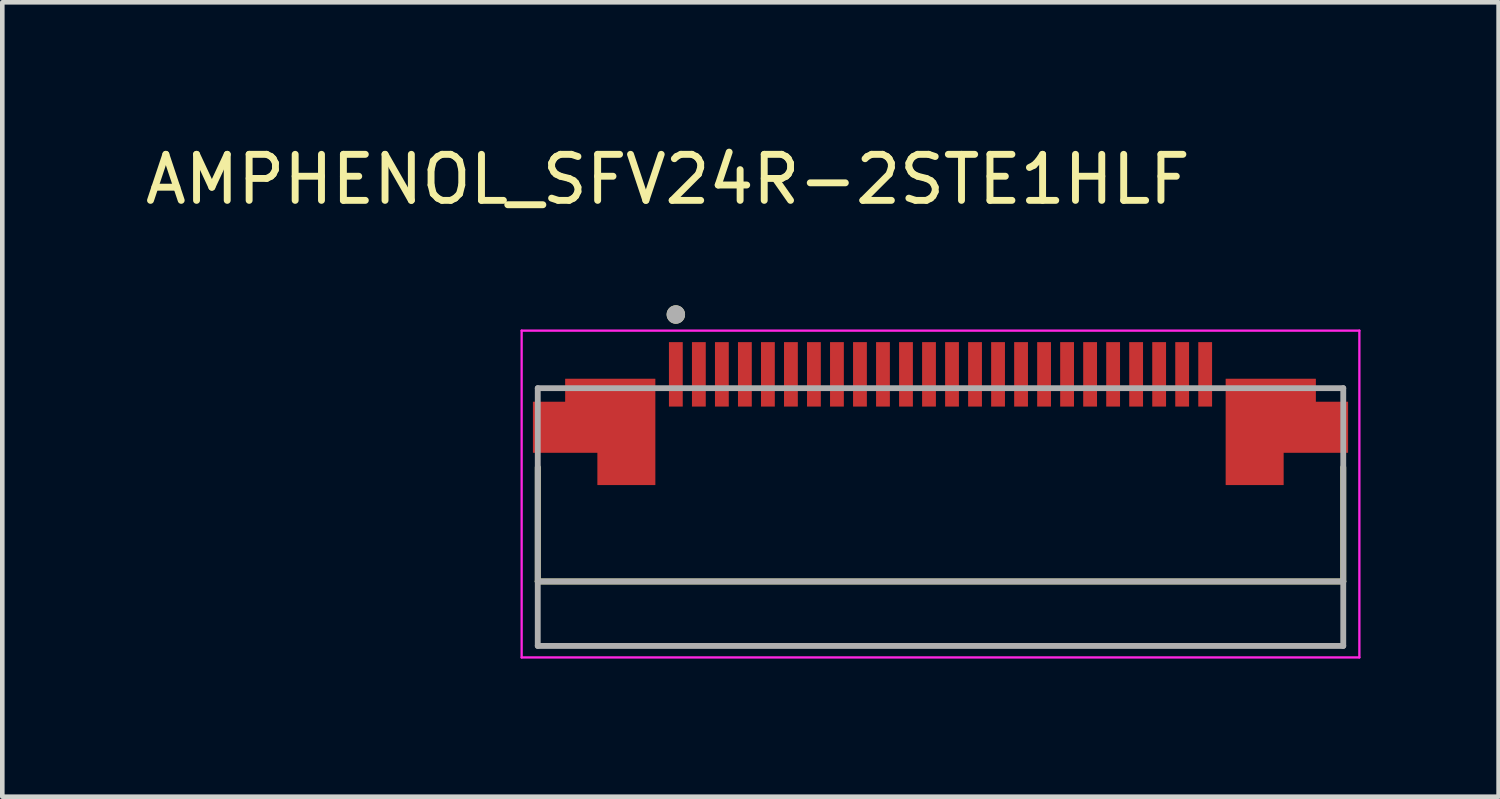
<source format=kicad_pcb>
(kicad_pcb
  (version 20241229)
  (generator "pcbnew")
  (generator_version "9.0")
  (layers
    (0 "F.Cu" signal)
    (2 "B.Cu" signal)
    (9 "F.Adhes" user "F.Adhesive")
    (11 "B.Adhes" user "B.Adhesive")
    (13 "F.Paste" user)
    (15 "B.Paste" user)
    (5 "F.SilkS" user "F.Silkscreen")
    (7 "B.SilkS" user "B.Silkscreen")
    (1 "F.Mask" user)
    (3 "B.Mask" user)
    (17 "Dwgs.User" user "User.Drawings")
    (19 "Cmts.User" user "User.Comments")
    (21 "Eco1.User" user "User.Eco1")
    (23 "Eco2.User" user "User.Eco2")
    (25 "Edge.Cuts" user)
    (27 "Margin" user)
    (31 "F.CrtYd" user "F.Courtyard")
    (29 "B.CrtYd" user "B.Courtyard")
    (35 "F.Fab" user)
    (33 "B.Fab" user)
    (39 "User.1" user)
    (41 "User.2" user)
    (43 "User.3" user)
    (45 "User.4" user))
  (footprint "AMPHENOL_SFV24R-2STE1HLF"
    (layer "F.Cu")
    (at 17.383 7.483)
    (property "Reference" "AMPHENOL_SFV24R-2STE1HLF" (at -5.925 -6.635 0) (layer "F.SilkS") (effects (font (size 1 1) (thickness 0.15))))
    (attr smd)
    (fp_poly (pts (xy -8.95 -1.9) (xy -8.95 -0.6) (xy -7.55 -0.6) (xy -7.55 0.1) (xy -6.1 0.1) (xy -6.1 -2.4) (xy -8.25 -2.4) (xy -8.25 -1.9)) (stroke (width 0.01) (type solid)) (fill yes) (layer "F.Mask"))
    (fp_poly (pts (xy 8.95 -1.9) (xy 8.95 -0.6) (xy 7.55 -0.6) (xy 7.55 0.1) (xy 6.1 0.1) (xy 6.1 -2.4) (xy 8.25 -2.4) (xy 8.25 -1.9)) (stroke (width 0.01) (type solid)) (fill yes) (layer "F.Mask"))
    (fp_line (start -8.75 -0.38) (end -8.75 2.1) (stroke (width 0.127) (type solid)) (layer "F.SilkS"))
    (fp_line (start -8.75 2.1) (end 8.75 2.1) (stroke (width 0.127) (type solid)) (layer "F.SilkS"))
    (fp_line (start 8.75 2.1) (end 8.75 -0.38) (stroke (width 0.127) (type solid)) (layer "F.SilkS"))
    (fp_circle (center -5.75 -3.7) (end -5.65 -3.7) (stroke (width 0.2) (type solid)) (fill no) (layer "F.SilkS"))
    (fp_poly (pts (xy -8.85 -1.8) (xy -8.85 -0.7) (xy -7.45 -0.7) (xy -7.45 0) (xy -6.2 0) (xy -6.2 -2.3) (xy -8.15 -2.3) (xy -8.15 -1.8)) (stroke (width 0.01) (type solid)) (fill yes) (layer "F.Paste"))
    (fp_poly (pts (xy 8.85 -1.8) (xy 8.85 -0.7) (xy 7.45 -0.7) (xy 7.45 0) (xy 6.2 0) (xy 6.2 -2.3) (xy 8.15 -2.3) (xy 8.15 -1.8)) (stroke (width 0.01) (type solid)) (fill yes) (layer "F.Paste"))
    (fp_line (start -9.1 -3.35) (end -9.1 3.75) (stroke (width 0.05) (type solid)) (layer "F.CrtYd"))
    (fp_line (start -9.1 3.75) (end 9.1 3.75) (stroke (width 0.05) (type solid)) (layer "F.CrtYd"))
    (fp_line (start 9.1 -3.35) (end -9.1 -3.35) (stroke (width 0.05) (type solid)) (layer "F.CrtYd"))
    (fp_line (start 9.1 3.75) (end 9.1 -3.35) (stroke (width 0.05) (type solid)) (layer "F.CrtYd"))
    (fp_line (start -8.75 -2.1) (end -8.75 2.1) (stroke (width 0.127) (type solid)) (layer "F.Fab"))
    (fp_line (start -8.75 2.1) (end -8.75 3.5) (stroke (width 0.127) (type solid)) (layer "F.Fab"))
    (fp_line (start -8.75 2.1) (end 8.75 2.1) (stroke (width 0.127) (type solid)) (layer "F.Fab"))
    (fp_line (start -8.75 3.5) (end 8.75 3.5) (stroke (width 0.127) (type solid)) (layer "F.Fab"))
    (fp_line (start 8.75 -2.1) (end -8.75 -2.1) (stroke (width 0.127) (type solid)) (layer "F.Fab"))
    (fp_line (start 8.75 2.1) (end 8.75 -2.1) (stroke (width 0.127) (type solid)) (layer "F.Fab"))
    (fp_line (start 8.75 3.5) (end 8.75 2.1) (stroke (width 0.127) (type solid)) (layer "F.Fab"))
    (fp_circle (center -5.75 -3.7) (end -5.65 -3.7) (stroke (width 0.2) (type solid)) (fill no) (layer "F.Fab"))
    (pad "1" smd rect (at -5.75 -2.4) (size 0.3 1.4) (layers "F.Cu" "F.Mask" "F.Paste"))
    (pad "2" smd rect (at -5.25 -2.4) (size 0.3 1.4) (layers "F.Cu" "F.Mask" "F.Paste"))
    (pad "3" smd rect (at -4.75 -2.4) (size 0.3 1.4) (layers "F.Cu" "F.Mask" "F.Paste"))
    (pad "4" smd rect (at -4.25 -2.4) (size 0.3 1.4) (layers "F.Cu" "F.Mask" "F.Paste"))
    (pad "5" smd rect (at -3.75 -2.4) (size 0.3 1.4) (layers "F.Cu" "F.Mask" "F.Paste"))
    (pad "6" smd rect (at -3.25 -2.4) (size 0.3 1.4) (layers "F.Cu" "F.Mask" "F.Paste"))
    (pad "7" smd rect (at -2.75 -2.4) (size 0.3 1.4) (layers "F.Cu" "F.Mask" "F.Paste"))
    (pad "8" smd rect (at -2.25 -2.4) (size 0.3 1.4) (layers "F.Cu" "F.Mask" "F.Paste"))
    (pad "9" smd rect (at -1.75 -2.4) (size 0.3 1.4) (layers "F.Cu" "F.Mask" "F.Paste"))
    (pad "10" smd rect (at -1.25 -2.4) (size 0.3 1.4) (layers "F.Cu" "F.Mask" "F.Paste"))
    (pad "11" smd rect (at -0.75 -2.4) (size 0.3 1.4) (layers "F.Cu" "F.Mask" "F.Paste"))
    (pad "12" smd rect (at -0.25 -2.4) (size 0.3 1.4) (layers "F.Cu" "F.Mask" "F.Paste"))
    (pad "13" smd rect (at 0.25 -2.4) (size 0.3 1.4) (layers "F.Cu" "F.Mask" "F.Paste"))
    (pad "14" smd rect (at 0.75 -2.4) (size 0.3 1.4) (layers "F.Cu" "F.Mask" "F.Paste"))
    (pad "15" smd rect (at 1.25 -2.4) (size 0.3 1.4) (layers "F.Cu" "F.Mask" "F.Paste"))
    (pad "16" smd rect (at 1.75 -2.4) (size 0.3 1.4) (layers "F.Cu" "F.Mask" "F.Paste"))
    (pad "17" smd rect (at 2.25 -2.4) (size 0.3 1.4) (layers "F.Cu" "F.Mask" "F.Paste"))
    (pad "18" smd rect (at 2.75 -2.4) (size 0.3 1.4) (layers "F.Cu" "F.Mask" "F.Paste"))
    (pad "19" smd rect (at 3.25 -2.4) (size 0.3 1.4) (layers "F.Cu" "F.Mask" "F.Paste"))
    (pad "20" smd rect (at 3.75 -2.4) (size 0.3 1.4) (layers "F.Cu" "F.Mask" "F.Paste"))
    (pad "21" smd rect (at 4.25 -2.4) (size 0.3 1.4) (layers "F.Cu" "F.Mask" "F.Paste"))
    (pad "22" smd rect (at 4.75 -2.4) (size 0.3 1.4) (layers "F.Cu" "F.Mask" "F.Paste"))
    (pad "23" smd rect (at 5.25 -2.4) (size 0.3 1.4) (layers "F.Cu" "F.Mask" "F.Paste"))
    (pad "24" smd rect (at 5.75 -2.4) (size 0.3 1.4) (layers "F.Cu" "F.Mask" "F.Paste"))
    (pad "S1" smd custom (at -7.525 -1.4) (size 1 1) (layers "F.Cu") (options (anchor rect)) (primitives (gr_poly (pts (xy -1.325 -0.4) (xy -1.325 0.7) (xy 0.075 0.7) (xy 0.075 1.4) (xy 1.325 1.4) (xy 1.325 -0.9) (xy -0.625 -0.9) (xy -0.625 -0.4)) (width 0.01) (fill yes))))
    (pad "S2" smd custom (at 7.525 -1.4) (size 1 1) (layers "F.Cu") (options (anchor rect)) (primitives (gr_poly (pts (xy 1.325 -0.4) (xy 1.325 0.7) (xy -0.075 0.7) (xy -0.075 1.4) (xy -1.325 1.4) (xy -1.325 -0.9) (xy 0.625 -0.9) (xy 0.625 -0.4)) (width 0.01) (fill yes)))))
  (gr_rect
    (start -3 -3)
    (end 29.508 14.258)
    (stroke (width 0.1) (type default))
    (fill no)
    (layer "Edge.Cuts")))
</source>
